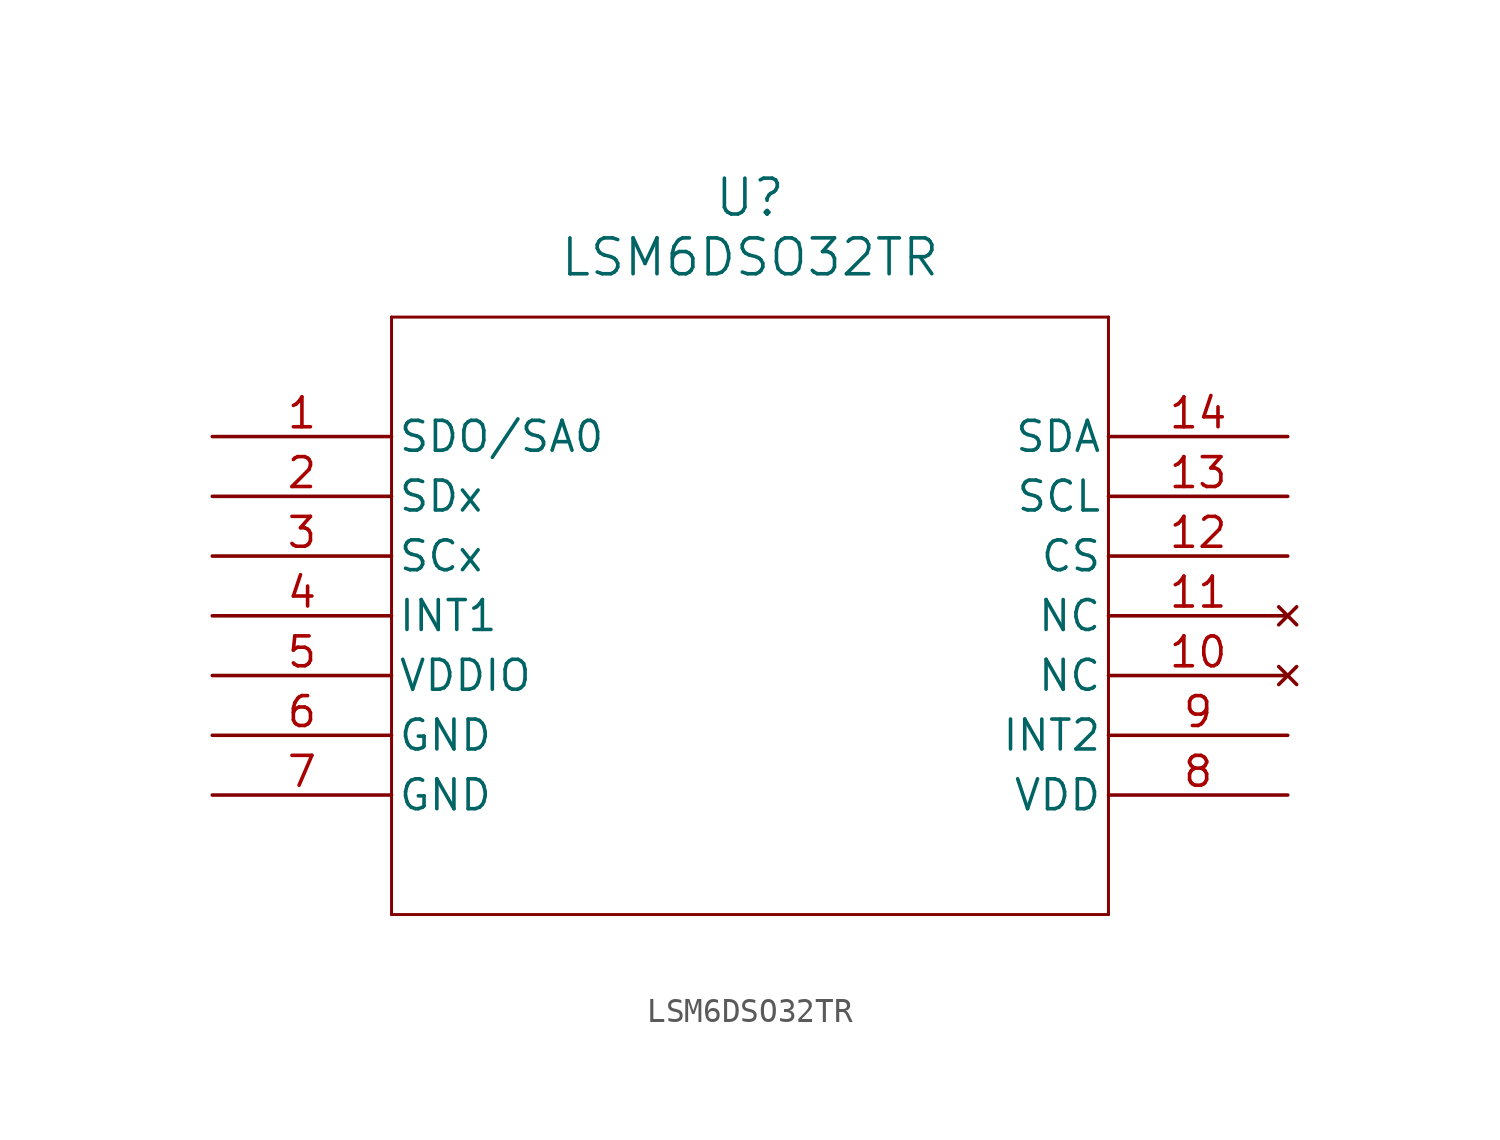
<source format=kicad_sym>
(kicad_symbol_lib
  (version 20231120)
  (generator "kicad_symbol_editor")
  (generator_version "8.0")
  (symbol "LSM6DSO32TR"
    (pin_names
      (offset 0.254))
    (property "Reference" "U"
      (at 22.86 10.16 0)
      (effects (font (size 1.524 1.524))))
    (property "Value" "LSM6DSO32TR"
      (at 22.86 7.62 0)
      (effects (font (size 1.524 1.524))))
    (property "ki_locked" ""
      (at 0 0 0)
      (effects (font (size 1.27 1.27))))
    (symbol "LSM6DSO32TR_0_1"
      (polyline (pts (xy 7.62 -20.32) (xy 38.1 -20.32)) (stroke (width 0.127) (type default)) (fill (type none)))
      (polyline (pts (xy 7.62 5.08) (xy 7.62 -20.32)) (stroke (width 0.127) (type default)) (fill (type none)))
      (polyline (pts (xy 38.1 -20.32) (xy 38.1 5.08)) (stroke (width 0.127) (type default)) (fill (type none)))
      (polyline (pts (xy 38.1 5.08) (xy 7.62 5.08)) (stroke (width 0.127) (type default)) (fill (type none)))
      (pin bidirectional line (at 0 0 0) (length 7.62) (name "SDO/SA0" (effects (font (size 1.27 1.27)))) (number "1" (effects (font (size 1.27 1.27)))))
      (pin no_connect line (at 45.72 -10.16 180) (length 7.62) (name "NC" (effects (font (size 1.27 1.27)))) (number "10" (effects (font (size 1.27 1.27)))))
      (pin no_connect line (at 45.72 -7.62 180) (length 7.62) (name "NC" (effects (font (size 1.27 1.27)))) (number "11" (effects (font (size 1.27 1.27)))))
      (pin input line (at 45.72 -5.08 180) (length 7.62) (name "CS" (effects (font (size 1.27 1.27)))) (number "12" (effects (font (size 1.27 1.27)))))
      (pin input line (at 45.72 -2.54 180) (length 7.62) (name "SCL" (effects (font (size 1.27 1.27)))) (number "13" (effects (font (size 1.27 1.27)))))
      (pin bidirectional line (at 45.72 0 180) (length 7.62) (name "SDA" (effects (font (size 1.27 1.27)))) (number "14" (effects (font (size 1.27 1.27)))))
      (pin unspecified line (at 0 -2.54 0) (length 7.62) (name "SDx" (effects (font (size 1.27 1.27)))) (number "2" (effects (font (size 1.27 1.27)))))
      (pin unspecified line (at 0 -5.08 0) (length 7.62) (name "SCx" (effects (font (size 1.27 1.27)))) (number "3" (effects (font (size 1.27 1.27)))))
      (pin output line (at 0 -7.62 0) (length 7.62) (name "INT1" (effects (font (size 1.27 1.27)))) (number "4" (effects (font (size 1.27 1.27)))))
      (pin power_in line (at 0 -10.16 0) (length 7.62) (name "VDDIO" (effects (font (size 1.27 1.27)))) (number "5" (effects (font (size 1.27 1.27)))))
      (pin power_out line (at 0 -12.7 0) (length 7.62) (name "GND" (effects (font (size 1.27 1.27)))) (number "6" (effects (font (size 1.27 1.27)))))
      (pin power_out line (at 0 -15.24 0) (length 7.62) (name "GND" (effects (font (size 1.27 1.27)))) (number "7" (effects (font (size 1.27 1.27)))))
      (pin power_in line (at 45.72 -15.24 180) (length 7.62) (name "VDD" (effects (font (size 1.27 1.27)))) (number "8" (effects (font (size 1.27 1.27)))))
      (pin output line (at 45.72 -12.7 180) (length 7.62) (name "INT2" (effects (font (size 1.27 1.27)))) (number "9" (effects (font (size 1.27 1.27))))))))
</source>
